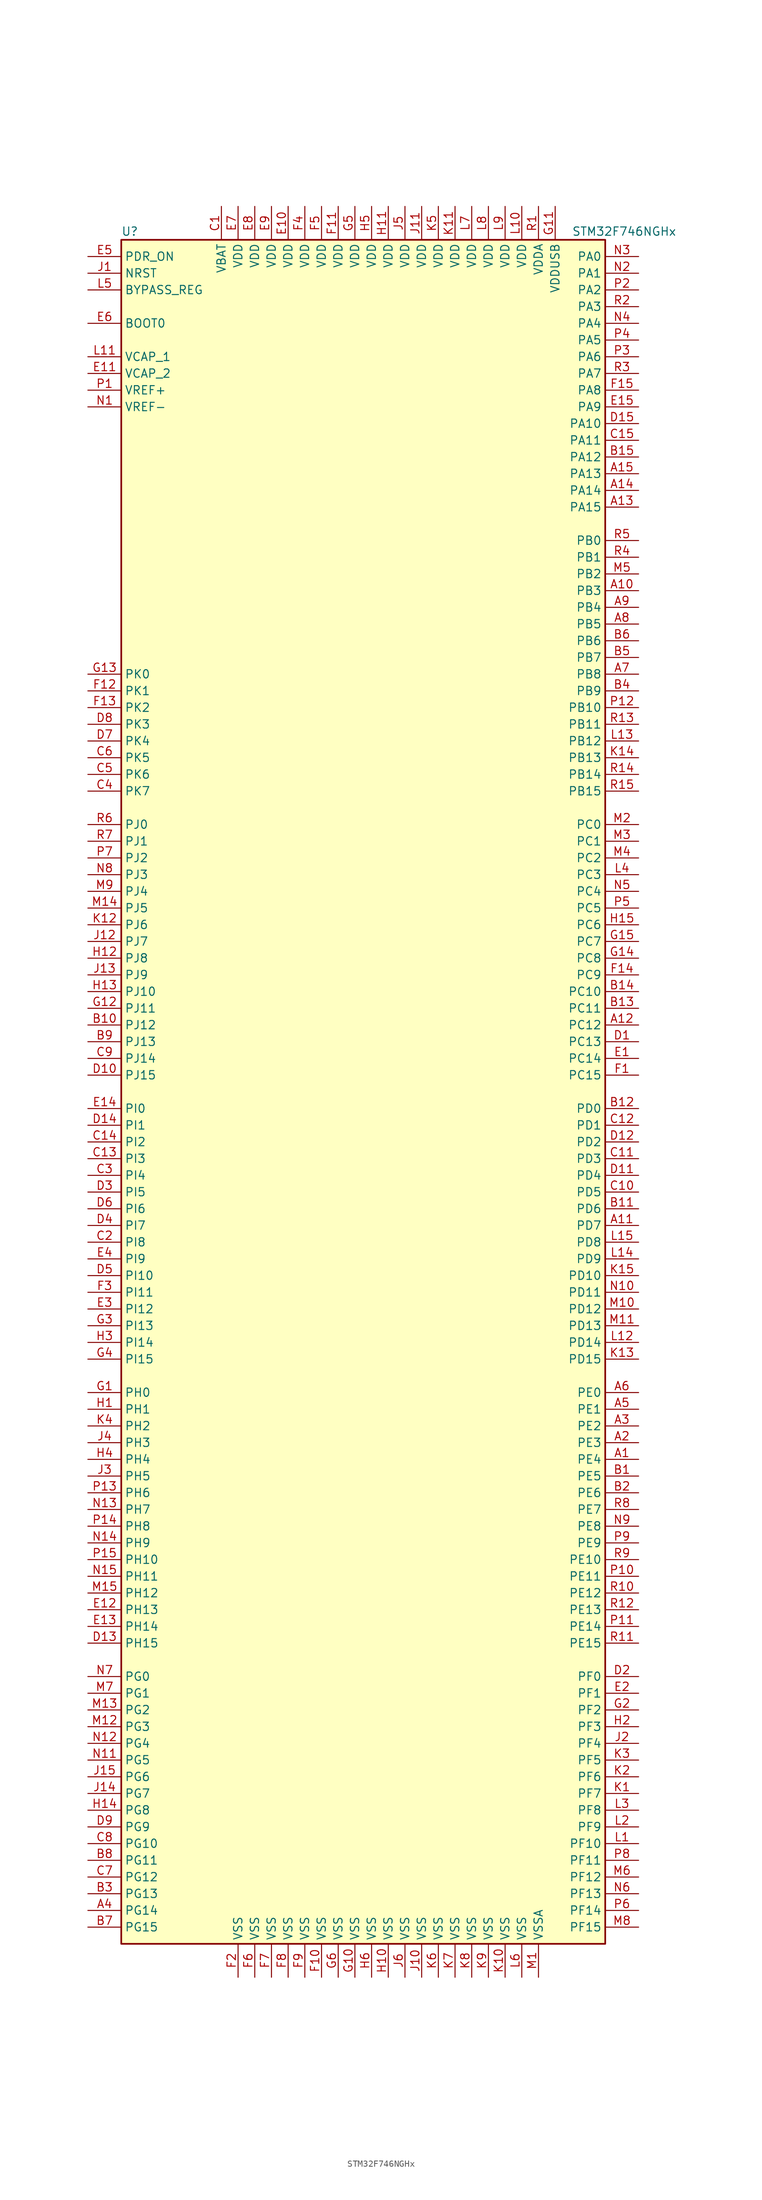
<source format=kicad_sym>
(kicad_symbol_lib
  (version 20220914)
  (generator kicad_symbol_editor)
  (symbol "STM32F746NGHx"
    (property "Reference" "U"
      (at -38.1 130.81 0)
      (effects (font (size 1.27 1.27)) (justify left)))
    (property "Value" "STM32F746NGHx"
      (at 30.48 130.81 0)
      (effects (font (size 1.27 1.27)) (justify left)))
    (symbol "STM32F746NGHx_0_1"
      (rectangle (start -38.1 -129.54) (end 35.56 129.54) (stroke (width 0.254) (type default)) (fill (type background))))
    (symbol "STM32F746NGHx_1_1"
      (pin bidirectional line (at 40.64 -55.88 180) (length 5.08) (name "PE4" (effects (font (size 1.27 1.27)))) (number "A1" (effects (font (size 1.27 1.27)))))
      (pin bidirectional line (at 40.64 76.2 180) (length 5.08) (name "PB3" (effects (font (size 1.27 1.27)))) (number "A10" (effects (font (size 1.27 1.27)))))
      (pin bidirectional line (at 40.64 -20.32 180) (length 5.08) (name "PD7" (effects (font (size 1.27 1.27)))) (number "A11" (effects (font (size 1.27 1.27)))))
      (pin bidirectional line (at 40.64 10.16 180) (length 5.08) (name "PC12" (effects (font (size 1.27 1.27)))) (number "A12" (effects (font (size 1.27 1.27)))))
      (pin bidirectional line (at 40.64 88.9 180) (length 5.08) (name "PA15" (effects (font (size 1.27 1.27)))) (number "A13" (effects (font (size 1.27 1.27)))))
      (pin bidirectional line (at 40.64 91.44 180) (length 5.08) (name "PA14" (effects (font (size 1.27 1.27)))) (number "A14" (effects (font (size 1.27 1.27)))))
      (pin bidirectional line (at 40.64 93.98 180) (length 5.08) (name "PA13" (effects (font (size 1.27 1.27)))) (number "A15" (effects (font (size 1.27 1.27)))))
      (pin bidirectional line (at 40.64 -53.34 180) (length 5.08) (name "PE3" (effects (font (size 1.27 1.27)))) (number "A2" (effects (font (size 1.27 1.27)))))
      (pin bidirectional line (at 40.64 -50.8 180) (length 5.08) (name "PE2" (effects (font (size 1.27 1.27)))) (number "A3" (effects (font (size 1.27 1.27)))))
      (pin bidirectional line (at -43.18 -124.46 0) (length 5.08) (name "PG14" (effects (font (size 1.27 1.27)))) (number "A4" (effects (font (size 1.27 1.27)))))
      (pin bidirectional line (at 40.64 -48.26 180) (length 5.08) (name "PE1" (effects (font (size 1.27 1.27)))) (number "A5" (effects (font (size 1.27 1.27)))))
      (pin bidirectional line (at 40.64 -45.72 180) (length 5.08) (name "PE0" (effects (font (size 1.27 1.27)))) (number "A6" (effects (font (size 1.27 1.27)))))
      (pin bidirectional line (at 40.64 63.5 180) (length 5.08) (name "PB8" (effects (font (size 1.27 1.27)))) (number "A7" (effects (font (size 1.27 1.27)))))
      (pin bidirectional line (at 40.64 71.12 180) (length 5.08) (name "PB5" (effects (font (size 1.27 1.27)))) (number "A8" (effects (font (size 1.27 1.27)))))
      (pin bidirectional line (at 40.64 73.66 180) (length 5.08) (name "PB4" (effects (font (size 1.27 1.27)))) (number "A9" (effects (font (size 1.27 1.27)))))
      (pin bidirectional line (at 40.64 -58.42 180) (length 5.08) (name "PE5" (effects (font (size 1.27 1.27)))) (number "B1" (effects (font (size 1.27 1.27)))))
      (pin bidirectional line (at -43.18 10.16 0) (length 5.08) (name "PJ12" (effects (font (size 1.27 1.27)))) (number "B10" (effects (font (size 1.27 1.27)))))
      (pin bidirectional line (at 40.64 -17.78 180) (length 5.08) (name "PD6" (effects (font (size 1.27 1.27)))) (number "B11" (effects (font (size 1.27 1.27)))))
      (pin bidirectional line (at 40.64 -2.54 180) (length 5.08) (name "PD0" (effects (font (size 1.27 1.27)))) (number "B12" (effects (font (size 1.27 1.27)))))
      (pin bidirectional line (at 40.64 12.7 180) (length 5.08) (name "PC11" (effects (font (size 1.27 1.27)))) (number "B13" (effects (font (size 1.27 1.27)))))
      (pin bidirectional line (at 40.64 15.24 180) (length 5.08) (name "PC10" (effects (font (size 1.27 1.27)))) (number "B14" (effects (font (size 1.27 1.27)))))
      (pin bidirectional line (at 40.64 96.52 180) (length 5.08) (name "PA12" (effects (font (size 1.27 1.27)))) (number "B15" (effects (font (size 1.27 1.27)))))
      (pin bidirectional line (at 40.64 -60.96 180) (length 5.08) (name "PE6" (effects (font (size 1.27 1.27)))) (number "B2" (effects (font (size 1.27 1.27)))))
      (pin bidirectional line (at -43.18 -121.92 0) (length 5.08) (name "PG13" (effects (font (size 1.27 1.27)))) (number "B3" (effects (font (size 1.27 1.27)))))
      (pin bidirectional line (at 40.64 60.96 180) (length 5.08) (name "PB9" (effects (font (size 1.27 1.27)))) (number "B4" (effects (font (size 1.27 1.27)))))
      (pin bidirectional line (at 40.64 66.04 180) (length 5.08) (name "PB7" (effects (font (size 1.27 1.27)))) (number "B5" (effects (font (size 1.27 1.27)))))
      (pin bidirectional line (at 40.64 68.58 180) (length 5.08) (name "PB6" (effects (font (size 1.27 1.27)))) (number "B6" (effects (font (size 1.27 1.27)))))
      (pin bidirectional line (at -43.18 -127 0) (length 5.08) (name "PG15" (effects (font (size 1.27 1.27)))) (number "B7" (effects (font (size 1.27 1.27)))))
      (pin bidirectional line (at -43.18 -116.84 0) (length 5.08) (name "PG11" (effects (font (size 1.27 1.27)))) (number "B8" (effects (font (size 1.27 1.27)))))
      (pin bidirectional line (at -43.18 7.62 0) (length 5.08) (name "PJ13" (effects (font (size 1.27 1.27)))) (number "B9" (effects (font (size 1.27 1.27)))))
      (pin power_in line (at -22.86 134.62 270) (length 5.08) (name "VBAT" (effects (font (size 1.27 1.27)))) (number "C1" (effects (font (size 1.27 1.27)))))
      (pin bidirectional line (at 40.64 -15.24 180) (length 5.08) (name "PD5" (effects (font (size 1.27 1.27)))) (number "C10" (effects (font (size 1.27 1.27)))))
      (pin bidirectional line (at 40.64 -10.16 180) (length 5.08) (name "PD3" (effects (font (size 1.27 1.27)))) (number "C11" (effects (font (size 1.27 1.27)))))
      (pin bidirectional line (at 40.64 -5.08 180) (length 5.08) (name "PD1" (effects (font (size 1.27 1.27)))) (number "C12" (effects (font (size 1.27 1.27)))))
      (pin bidirectional line (at -43.18 -10.16 0) (length 5.08) (name "PI3" (effects (font (size 1.27 1.27)))) (number "C13" (effects (font (size 1.27 1.27)))))
      (pin bidirectional line (at -43.18 -7.62 0) (length 5.08) (name "PI2" (effects (font (size 1.27 1.27)))) (number "C14" (effects (font (size 1.27 1.27)))))
      (pin bidirectional line (at 40.64 99.06 180) (length 5.08) (name "PA11" (effects (font (size 1.27 1.27)))) (number "C15" (effects (font (size 1.27 1.27)))))
      (pin bidirectional line (at -43.18 -22.86 0) (length 5.08) (name "PI8" (effects (font (size 1.27 1.27)))) (number "C2" (effects (font (size 1.27 1.27)))))
      (pin bidirectional line (at -43.18 -12.7 0) (length 5.08) (name "PI4" (effects (font (size 1.27 1.27)))) (number "C3" (effects (font (size 1.27 1.27)))))
      (pin bidirectional line (at -43.18 45.72 0) (length 5.08) (name "PK7" (effects (font (size 1.27 1.27)))) (number "C4" (effects (font (size 1.27 1.27)))))
      (pin bidirectional line (at -43.18 48.26 0) (length 5.08) (name "PK6" (effects (font (size 1.27 1.27)))) (number "C5" (effects (font (size 1.27 1.27)))))
      (pin bidirectional line (at -43.18 50.8 0) (length 5.08) (name "PK5" (effects (font (size 1.27 1.27)))) (number "C6" (effects (font (size 1.27 1.27)))))
      (pin bidirectional line (at -43.18 -119.38 0) (length 5.08) (name "PG12" (effects (font (size 1.27 1.27)))) (number "C7" (effects (font (size 1.27 1.27)))))
      (pin bidirectional line (at -43.18 -114.3 0) (length 5.08) (name "PG10" (effects (font (size 1.27 1.27)))) (number "C8" (effects (font (size 1.27 1.27)))))
      (pin bidirectional line (at -43.18 5.08 0) (length 5.08) (name "PJ14" (effects (font (size 1.27 1.27)))) (number "C9" (effects (font (size 1.27 1.27)))))
      (pin bidirectional line (at 40.64 7.62 180) (length 5.08) (name "PC13" (effects (font (size 1.27 1.27)))) (number "D1" (effects (font (size 1.27 1.27)))))
      (pin bidirectional line (at -43.18 2.54 0) (length 5.08) (name "PJ15" (effects (font (size 1.27 1.27)))) (number "D10" (effects (font (size 1.27 1.27)))))
      (pin bidirectional line (at 40.64 -12.7 180) (length 5.08) (name "PD4" (effects (font (size 1.27 1.27)))) (number "D11" (effects (font (size 1.27 1.27)))))
      (pin bidirectional line (at 40.64 -7.62 180) (length 5.08) (name "PD2" (effects (font (size 1.27 1.27)))) (number "D12" (effects (font (size 1.27 1.27)))))
      (pin bidirectional line (at -43.18 -83.82 0) (length 5.08) (name "PH15" (effects (font (size 1.27 1.27)))) (number "D13" (effects (font (size 1.27 1.27)))))
      (pin bidirectional line (at -43.18 -5.08 0) (length 5.08) (name "PI1" (effects (font (size 1.27 1.27)))) (number "D14" (effects (font (size 1.27 1.27)))))
      (pin bidirectional line (at 40.64 101.6 180) (length 5.08) (name "PA10" (effects (font (size 1.27 1.27)))) (number "D15" (effects (font (size 1.27 1.27)))))
      (pin bidirectional line (at 40.64 -88.9 180) (length 5.08) (name "PF0" (effects (font (size 1.27 1.27)))) (number "D2" (effects (font (size 1.27 1.27)))))
      (pin bidirectional line (at -43.18 -15.24 0) (length 5.08) (name "PI5" (effects (font (size 1.27 1.27)))) (number "D3" (effects (font (size 1.27 1.27)))))
      (pin bidirectional line (at -43.18 -20.32 0) (length 5.08) (name "PI7" (effects (font (size 1.27 1.27)))) (number "D4" (effects (font (size 1.27 1.27)))))
      (pin bidirectional line (at -43.18 -27.94 0) (length 5.08) (name "PI10" (effects (font (size 1.27 1.27)))) (number "D5" (effects (font (size 1.27 1.27)))))
      (pin bidirectional line (at -43.18 -17.78 0) (length 5.08) (name "PI6" (effects (font (size 1.27 1.27)))) (number "D6" (effects (font (size 1.27 1.27)))))
      (pin bidirectional line (at -43.18 53.34 0) (length 5.08) (name "PK4" (effects (font (size 1.27 1.27)))) (number "D7" (effects (font (size 1.27 1.27)))))
      (pin bidirectional line (at -43.18 55.88 0) (length 5.08) (name "PK3" (effects (font (size 1.27 1.27)))) (number "D8" (effects (font (size 1.27 1.27)))))
      (pin bidirectional line (at -43.18 -111.76 0) (length 5.08) (name "PG9" (effects (font (size 1.27 1.27)))) (number "D9" (effects (font (size 1.27 1.27)))))
      (pin bidirectional line (at 40.64 5.08 180) (length 5.08) (name "PC14" (effects (font (size 1.27 1.27)))) (number "E1" (effects (font (size 1.27 1.27)))))
      (pin power_in line (at -12.7 134.62 270) (length 5.08) (name "VDD" (effects (font (size 1.27 1.27)))) (number "E10" (effects (font (size 1.27 1.27)))))
      (pin power_in line (at -43.18 109.22 0) (length 5.08) (name "VCAP_2" (effects (font (size 1.27 1.27)))) (number "E11" (effects (font (size 1.27 1.27)))))
      (pin bidirectional line (at -43.18 -78.74 0) (length 5.08) (name "PH13" (effects (font (size 1.27 1.27)))) (number "E12" (effects (font (size 1.27 1.27)))))
      (pin bidirectional line (at -43.18 -81.28 0) (length 5.08) (name "PH14" (effects (font (size 1.27 1.27)))) (number "E13" (effects (font (size 1.27 1.27)))))
      (pin bidirectional line (at -43.18 -2.54 0) (length 5.08) (name "PI0" (effects (font (size 1.27 1.27)))) (number "E14" (effects (font (size 1.27 1.27)))))
      (pin bidirectional line (at 40.64 104.14 180) (length 5.08) (name "PA9" (effects (font (size 1.27 1.27)))) (number "E15" (effects (font (size 1.27 1.27)))))
      (pin bidirectional line (at 40.64 -91.44 180) (length 5.08) (name "PF1" (effects (font (size 1.27 1.27)))) (number "E2" (effects (font (size 1.27 1.27)))))
      (pin bidirectional line (at -43.18 -33.02 0) (length 5.08) (name "PI12" (effects (font (size 1.27 1.27)))) (number "E3" (effects (font (size 1.27 1.27)))))
      (pin bidirectional line (at -43.18 -25.4 0) (length 5.08) (name "PI9" (effects (font (size 1.27 1.27)))) (number "E4" (effects (font (size 1.27 1.27)))))
      (pin input line (at -43.18 127 0) (length 5.08) (name "PDR_ON" (effects (font (size 1.27 1.27)))) (number "E5" (effects (font (size 1.27 1.27)))))
      (pin input line (at -43.18 116.84 0) (length 5.08) (name "BOOT0" (effects (font (size 1.27 1.27)))) (number "E6" (effects (font (size 1.27 1.27)))))
      (pin power_in line (at -20.32 134.62 270) (length 5.08) (name "VDD" (effects (font (size 1.27 1.27)))) (number "E7" (effects (font (size 1.27 1.27)))))
      (pin power_in line (at -17.78 134.62 270) (length 5.08) (name "VDD" (effects (font (size 1.27 1.27)))) (number "E8" (effects (font (size 1.27 1.27)))))
      (pin power_in line (at -15.24 134.62 270) (length 5.08) (name "VDD" (effects (font (size 1.27 1.27)))) (number "E9" (effects (font (size 1.27 1.27)))))
      (pin bidirectional line (at 40.64 2.54 180) (length 5.08) (name "PC15" (effects (font (size 1.27 1.27)))) (number "F1" (effects (font (size 1.27 1.27)))))
      (pin power_in line (at -7.62 -134.62 90) (length 5.08) (name "VSS" (effects (font (size 1.27 1.27)))) (number "F10" (effects (font (size 1.27 1.27)))))
      (pin power_in line (at -5.08 134.62 270) (length 5.08) (name "VDD" (effects (font (size 1.27 1.27)))) (number "F11" (effects (font (size 1.27 1.27)))))
      (pin bidirectional line (at -43.18 60.96 0) (length 5.08) (name "PK1" (effects (font (size 1.27 1.27)))) (number "F12" (effects (font (size 1.27 1.27)))))
      (pin bidirectional line (at -43.18 58.42 0) (length 5.08) (name "PK2" (effects (font (size 1.27 1.27)))) (number "F13" (effects (font (size 1.27 1.27)))))
      (pin bidirectional line (at 40.64 17.78 180) (length 5.08) (name "PC9" (effects (font (size 1.27 1.27)))) (number "F14" (effects (font (size 1.27 1.27)))))
      (pin bidirectional line (at 40.64 106.68 180) (length 5.08) (name "PA8" (effects (font (size 1.27 1.27)))) (number "F15" (effects (font (size 1.27 1.27)))))
      (pin power_in line (at -20.32 -134.62 90) (length 5.08) (name "VSS" (effects (font (size 1.27 1.27)))) (number "F2" (effects (font (size 1.27 1.27)))))
      (pin bidirectional line (at -43.18 -30.48 0) (length 5.08) (name "PI11" (effects (font (size 1.27 1.27)))) (number "F3" (effects (font (size 1.27 1.27)))))
      (pin power_in line (at -10.16 134.62 270) (length 5.08) (name "VDD" (effects (font (size 1.27 1.27)))) (number "F4" (effects (font (size 1.27 1.27)))))
      (pin power_in line (at -7.62 134.62 270) (length 5.08) (name "VDD" (effects (font (size 1.27 1.27)))) (number "F5" (effects (font (size 1.27 1.27)))))
      (pin power_in line (at -17.78 -134.62 90) (length 5.08) (name "VSS" (effects (font (size 1.27 1.27)))) (number "F6" (effects (font (size 1.27 1.27)))))
      (pin power_in line (at -15.24 -134.62 90) (length 5.08) (name "VSS" (effects (font (size 1.27 1.27)))) (number "F7" (effects (font (size 1.27 1.27)))))
      (pin power_in line (at -12.7 -134.62 90) (length 5.08) (name "VSS" (effects (font (size 1.27 1.27)))) (number "F8" (effects (font (size 1.27 1.27)))))
      (pin power_in line (at -10.16 -134.62 90) (length 5.08) (name "VSS" (effects (font (size 1.27 1.27)))) (number "F9" (effects (font (size 1.27 1.27)))))
      (pin input line (at -43.18 -45.72 0) (length 5.08) (name "PH0" (effects (font (size 1.27 1.27)))) (number "G1" (effects (font (size 1.27 1.27)))))
      (pin power_in line (at -2.54 -134.62 90) (length 5.08) (name "VSS" (effects (font (size 1.27 1.27)))) (number "G10" (effects (font (size 1.27 1.27)))))
      (pin power_in line (at 27.94 134.62 270) (length 5.08) (name "VDDUSB" (effects (font (size 1.27 1.27)))) (number "G11" (effects (font (size 1.27 1.27)))))
      (pin bidirectional line (at -43.18 12.7 0) (length 5.08) (name "PJ11" (effects (font (size 1.27 1.27)))) (number "G12" (effects (font (size 1.27 1.27)))))
      (pin bidirectional line (at -43.18 63.5 0) (length 5.08) (name "PK0" (effects (font (size 1.27 1.27)))) (number "G13" (effects (font (size 1.27 1.27)))))
      (pin bidirectional line (at 40.64 20.32 180) (length 5.08) (name "PC8" (effects (font (size 1.27 1.27)))) (number "G14" (effects (font (size 1.27 1.27)))))
      (pin bidirectional line (at 40.64 22.86 180) (length 5.08) (name "PC7" (effects (font (size 1.27 1.27)))) (number "G15" (effects (font (size 1.27 1.27)))))
      (pin bidirectional line (at 40.64 -93.98 180) (length 5.08) (name "PF2" (effects (font (size 1.27 1.27)))) (number "G2" (effects (font (size 1.27 1.27)))))
      (pin bidirectional line (at -43.18 -35.56 0) (length 5.08) (name "PI13" (effects (font (size 1.27 1.27)))) (number "G3" (effects (font (size 1.27 1.27)))))
      (pin bidirectional line (at -43.18 -40.64 0) (length 5.08) (name "PI15" (effects (font (size 1.27 1.27)))) (number "G4" (effects (font (size 1.27 1.27)))))
      (pin power_in line (at -2.54 134.62 270) (length 5.08) (name "VDD" (effects (font (size 1.27 1.27)))) (number "G5" (effects (font (size 1.27 1.27)))))
      (pin power_in line (at -5.08 -134.62 90) (length 5.08) (name "VSS" (effects (font (size 1.27 1.27)))) (number "G6" (effects (font (size 1.27 1.27)))))
      (pin input line (at -43.18 -48.26 0) (length 5.08) (name "PH1" (effects (font (size 1.27 1.27)))) (number "H1" (effects (font (size 1.27 1.27)))))
      (pin power_in line (at 2.54 -134.62 90) (length 5.08) (name "VSS" (effects (font (size 1.27 1.27)))) (number "H10" (effects (font (size 1.27 1.27)))))
      (pin power_in line (at 2.54 134.62 270) (length 5.08) (name "VDD" (effects (font (size 1.27 1.27)))) (number "H11" (effects (font (size 1.27 1.27)))))
      (pin bidirectional line (at -43.18 20.32 0) (length 5.08) (name "PJ8" (effects (font (size 1.27 1.27)))) (number "H12" (effects (font (size 1.27 1.27)))))
      (pin bidirectional line (at -43.18 15.24 0) (length 5.08) (name "PJ10" (effects (font (size 1.27 1.27)))) (number "H13" (effects (font (size 1.27 1.27)))))
      (pin bidirectional line (at -43.18 -109.22 0) (length 5.08) (name "PG8" (effects (font (size 1.27 1.27)))) (number "H14" (effects (font (size 1.27 1.27)))))
      (pin bidirectional line (at 40.64 25.4 180) (length 5.08) (name "PC6" (effects (font (size 1.27 1.27)))) (number "H15" (effects (font (size 1.27 1.27)))))
      (pin bidirectional line (at 40.64 -96.52 180) (length 5.08) (name "PF3" (effects (font (size 1.27 1.27)))) (number "H2" (effects (font (size 1.27 1.27)))))
      (pin bidirectional line (at -43.18 -38.1 0) (length 5.08) (name "PI14" (effects (font (size 1.27 1.27)))) (number "H3" (effects (font (size 1.27 1.27)))))
      (pin bidirectional line (at -43.18 -55.88 0) (length 5.08) (name "PH4" (effects (font (size 1.27 1.27)))) (number "H4" (effects (font (size 1.27 1.27)))))
      (pin power_in line (at 0 134.62 270) (length 5.08) (name "VDD" (effects (font (size 1.27 1.27)))) (number "H5" (effects (font (size 1.27 1.27)))))
      (pin power_in line (at 0 -134.62 90) (length 5.08) (name "VSS" (effects (font (size 1.27 1.27)))) (number "H6" (effects (font (size 1.27 1.27)))))
      (pin input line (at -43.18 124.46 0) (length 5.08) (name "NRST" (effects (font (size 1.27 1.27)))) (number "J1" (effects (font (size 1.27 1.27)))))
      (pin power_in line (at 7.62 -134.62 90) (length 5.08) (name "VSS" (effects (font (size 1.27 1.27)))) (number "J10" (effects (font (size 1.27 1.27)))))
      (pin power_in line (at 7.62 134.62 270) (length 5.08) (name "VDD" (effects (font (size 1.27 1.27)))) (number "J11" (effects (font (size 1.27 1.27)))))
      (pin bidirectional line (at -43.18 22.86 0) (length 5.08) (name "PJ7" (effects (font (size 1.27 1.27)))) (number "J12" (effects (font (size 1.27 1.27)))))
      (pin bidirectional line (at -43.18 17.78 0) (length 5.08) (name "PJ9" (effects (font (size 1.27 1.27)))) (number "J13" (effects (font (size 1.27 1.27)))))
      (pin bidirectional line (at -43.18 -106.68 0) (length 5.08) (name "PG7" (effects (font (size 1.27 1.27)))) (number "J14" (effects (font (size 1.27 1.27)))))
      (pin bidirectional line (at -43.18 -104.14 0) (length 5.08) (name "PG6" (effects (font (size 1.27 1.27)))) (number "J15" (effects (font (size 1.27 1.27)))))
      (pin bidirectional line (at 40.64 -99.06 180) (length 5.08) (name "PF4" (effects (font (size 1.27 1.27)))) (number "J2" (effects (font (size 1.27 1.27)))))
      (pin bidirectional line (at -43.18 -58.42 0) (length 5.08) (name "PH5" (effects (font (size 1.27 1.27)))) (number "J3" (effects (font (size 1.27 1.27)))))
      (pin bidirectional line (at -43.18 -53.34 0) (length 5.08) (name "PH3" (effects (font (size 1.27 1.27)))) (number "J4" (effects (font (size 1.27 1.27)))))
      (pin power_in line (at 5.08 134.62 270) (length 5.08) (name "VDD" (effects (font (size 1.27 1.27)))) (number "J5" (effects (font (size 1.27 1.27)))))
      (pin power_in line (at 5.08 -134.62 90) (length 5.08) (name "VSS" (effects (font (size 1.27 1.27)))) (number "J6" (effects (font (size 1.27 1.27)))))
      (pin bidirectional line (at 40.64 -106.68 180) (length 5.08) (name "PF7" (effects (font (size 1.27 1.27)))) (number "K1" (effects (font (size 1.27 1.27)))))
      (pin power_in line (at 20.32 -134.62 90) (length 5.08) (name "VSS" (effects (font (size 1.27 1.27)))) (number "K10" (effects (font (size 1.27 1.27)))))
      (pin power_in line (at 12.7 134.62 270) (length 5.08) (name "VDD" (effects (font (size 1.27 1.27)))) (number "K11" (effects (font (size 1.27 1.27)))))
      (pin bidirectional line (at -43.18 25.4 0) (length 5.08) (name "PJ6" (effects (font (size 1.27 1.27)))) (number "K12" (effects (font (size 1.27 1.27)))))
      (pin bidirectional line (at 40.64 -40.64 180) (length 5.08) (name "PD15" (effects (font (size 1.27 1.27)))) (number "K13" (effects (font (size 1.27 1.27)))))
      (pin bidirectional line (at 40.64 50.8 180) (length 5.08) (name "PB13" (effects (font (size 1.27 1.27)))) (number "K14" (effects (font (size 1.27 1.27)))))
      (pin bidirectional line (at 40.64 -27.94 180) (length 5.08) (name "PD10" (effects (font (size 1.27 1.27)))) (number "K15" (effects (font (size 1.27 1.27)))))
      (pin bidirectional line (at 40.64 -104.14 180) (length 5.08) (name "PF6" (effects (font (size 1.27 1.27)))) (number "K2" (effects (font (size 1.27 1.27)))))
      (pin bidirectional line (at 40.64 -101.6 180) (length 5.08) (name "PF5" (effects (font (size 1.27 1.27)))) (number "K3" (effects (font (size 1.27 1.27)))))
      (pin bidirectional line (at -43.18 -50.8 0) (length 5.08) (name "PH2" (effects (font (size 1.27 1.27)))) (number "K4" (effects (font (size 1.27 1.27)))))
      (pin power_in line (at 10.16 134.62 270) (length 5.08) (name "VDD" (effects (font (size 1.27 1.27)))) (number "K5" (effects (font (size 1.27 1.27)))))
      (pin power_in line (at 10.16 -134.62 90) (length 5.08) (name "VSS" (effects (font (size 1.27 1.27)))) (number "K6" (effects (font (size 1.27 1.27)))))
      (pin power_in line (at 12.7 -134.62 90) (length 5.08) (name "VSS" (effects (font (size 1.27 1.27)))) (number "K7" (effects (font (size 1.27 1.27)))))
      (pin power_in line (at 15.24 -134.62 90) (length 5.08) (name "VSS" (effects (font (size 1.27 1.27)))) (number "K8" (effects (font (size 1.27 1.27)))))
      (pin power_in line (at 17.78 -134.62 90) (length 5.08) (name "VSS" (effects (font (size 1.27 1.27)))) (number "K9" (effects (font (size 1.27 1.27)))))
      (pin bidirectional line (at 40.64 -114.3 180) (length 5.08) (name "PF10" (effects (font (size 1.27 1.27)))) (number "L1" (effects (font (size 1.27 1.27)))))
      (pin power_in line (at 22.86 134.62 270) (length 5.08) (name "VDD" (effects (font (size 1.27 1.27)))) (number "L10" (effects (font (size 1.27 1.27)))))
      (pin power_in line (at -43.18 111.76 0) (length 5.08) (name "VCAP_1" (effects (font (size 1.27 1.27)))) (number "L11" (effects (font (size 1.27 1.27)))))
      (pin bidirectional line (at 40.64 -38.1 180) (length 5.08) (name "PD14" (effects (font (size 1.27 1.27)))) (number "L12" (effects (font (size 1.27 1.27)))))
      (pin bidirectional line (at 40.64 53.34 180) (length 5.08) (name "PB12" (effects (font (size 1.27 1.27)))) (number "L13" (effects (font (size 1.27 1.27)))))
      (pin bidirectional line (at 40.64 -25.4 180) (length 5.08) (name "PD9" (effects (font (size 1.27 1.27)))) (number "L14" (effects (font (size 1.27 1.27)))))
      (pin bidirectional line (at 40.64 -22.86 180) (length 5.08) (name "PD8" (effects (font (size 1.27 1.27)))) (number "L15" (effects (font (size 1.27 1.27)))))
      (pin bidirectional line (at 40.64 -111.76 180) (length 5.08) (name "PF9" (effects (font (size 1.27 1.27)))) (number "L2" (effects (font (size 1.27 1.27)))))
      (pin bidirectional line (at 40.64 -109.22 180) (length 5.08) (name "PF8" (effects (font (size 1.27 1.27)))) (number "L3" (effects (font (size 1.27 1.27)))))
      (pin bidirectional line (at 40.64 33.02 180) (length 5.08) (name "PC3" (effects (font (size 1.27 1.27)))) (number "L4" (effects (font (size 1.27 1.27)))))
      (pin input line (at -43.18 121.92 0) (length 5.08) (name "BYPASS_REG" (effects (font (size 1.27 1.27)))) (number "L5" (effects (font (size 1.27 1.27)))))
      (pin power_in line (at 22.86 -134.62 90) (length 5.08) (name "VSS" (effects (font (size 1.27 1.27)))) (number "L6" (effects (font (size 1.27 1.27)))))
      (pin power_in line (at 15.24 134.62 270) (length 5.08) (name "VDD" (effects (font (size 1.27 1.27)))) (number "L7" (effects (font (size 1.27 1.27)))))
      (pin power_in line (at 17.78 134.62 270) (length 5.08) (name "VDD" (effects (font (size 1.27 1.27)))) (number "L8" (effects (font (size 1.27 1.27)))))
      (pin power_in line (at 20.32 134.62 270) (length 5.08) (name "VDD" (effects (font (size 1.27 1.27)))) (number "L9" (effects (font (size 1.27 1.27)))))
      (pin power_in line (at 25.4 -134.62 90) (length 5.08) (name "VSSA" (effects (font (size 1.27 1.27)))) (number "M1" (effects (font (size 1.27 1.27)))))
      (pin bidirectional line (at 40.64 -33.02 180) (length 5.08) (name "PD12" (effects (font (size 1.27 1.27)))) (number "M10" (effects (font (size 1.27 1.27)))))
      (pin bidirectional line (at 40.64 -35.56 180) (length 5.08) (name "PD13" (effects (font (size 1.27 1.27)))) (number "M11" (effects (font (size 1.27 1.27)))))
      (pin bidirectional line (at -43.18 -96.52 0) (length 5.08) (name "PG3" (effects (font (size 1.27 1.27)))) (number "M12" (effects (font (size 1.27 1.27)))))
      (pin bidirectional line (at -43.18 -93.98 0) (length 5.08) (name "PG2" (effects (font (size 1.27 1.27)))) (number "M13" (effects (font (size 1.27 1.27)))))
      (pin bidirectional line (at -43.18 27.94 0) (length 5.08) (name "PJ5" (effects (font (size 1.27 1.27)))) (number "M14" (effects (font (size 1.27 1.27)))))
      (pin bidirectional line (at -43.18 -76.2 0) (length 5.08) (name "PH12" (effects (font (size 1.27 1.27)))) (number "M15" (effects (font (size 1.27 1.27)))))
      (pin bidirectional line (at 40.64 40.64 180) (length 5.08) (name "PC0" (effects (font (size 1.27 1.27)))) (number "M2" (effects (font (size 1.27 1.27)))))
      (pin bidirectional line (at 40.64 38.1 180) (length 5.08) (name "PC1" (effects (font (size 1.27 1.27)))) (number "M3" (effects (font (size 1.27 1.27)))))
      (pin bidirectional line (at 40.64 35.56 180) (length 5.08) (name "PC2" (effects (font (size 1.27 1.27)))) (number "M4" (effects (font (size 1.27 1.27)))))
      (pin bidirectional line (at 40.64 78.74 180) (length 5.08) (name "PB2" (effects (font (size 1.27 1.27)))) (number "M5" (effects (font (size 1.27 1.27)))))
      (pin bidirectional line (at 40.64 -119.38 180) (length 5.08) (name "PF12" (effects (font (size 1.27 1.27)))) (number "M6" (effects (font (size 1.27 1.27)))))
      (pin bidirectional line (at -43.18 -91.44 0) (length 5.08) (name "PG1" (effects (font (size 1.27 1.27)))) (number "M7" (effects (font (size 1.27 1.27)))))
      (pin bidirectional line (at 40.64 -127 180) (length 5.08) (name "PF15" (effects (font (size 1.27 1.27)))) (number "M8" (effects (font (size 1.27 1.27)))))
      (pin bidirectional line (at -43.18 30.48 0) (length 5.08) (name "PJ4" (effects (font (size 1.27 1.27)))) (number "M9" (effects (font (size 1.27 1.27)))))
      (pin power_in line (at -43.18 104.14 0) (length 5.08) (name "VREF-" (effects (font (size 1.27 1.27)))) (number "N1" (effects (font (size 1.27 1.27)))))
      (pin bidirectional line (at 40.64 -30.48 180) (length 5.08) (name "PD11" (effects (font (size 1.27 1.27)))) (number "N10" (effects (font (size 1.27 1.27)))))
      (pin bidirectional line (at -43.18 -101.6 0) (length 5.08) (name "PG5" (effects (font (size 1.27 1.27)))) (number "N11" (effects (font (size 1.27 1.27)))))
      (pin bidirectional line (at -43.18 -99.06 0) (length 5.08) (name "PG4" (effects (font (size 1.27 1.27)))) (number "N12" (effects (font (size 1.27 1.27)))))
      (pin bidirectional line (at -43.18 -63.5 0) (length 5.08) (name "PH7" (effects (font (size 1.27 1.27)))) (number "N13" (effects (font (size 1.27 1.27)))))
      (pin bidirectional line (at -43.18 -68.58 0) (length 5.08) (name "PH9" (effects (font (size 1.27 1.27)))) (number "N14" (effects (font (size 1.27 1.27)))))
      (pin bidirectional line (at -43.18 -73.66 0) (length 5.08) (name "PH11" (effects (font (size 1.27 1.27)))) (number "N15" (effects (font (size 1.27 1.27)))))
      (pin bidirectional line (at 40.64 124.46 180) (length 5.08) (name "PA1" (effects (font (size 1.27 1.27)))) (number "N2" (effects (font (size 1.27 1.27)))))
      (pin bidirectional line (at 40.64 127 180) (length 5.08) (name "PA0" (effects (font (size 1.27 1.27)))) (number "N3" (effects (font (size 1.27 1.27)))))
      (pin bidirectional line (at 40.64 116.84 180) (length 5.08) (name "PA4" (effects (font (size 1.27 1.27)))) (number "N4" (effects (font (size 1.27 1.27)))))
      (pin bidirectional line (at 40.64 30.48 180) (length 5.08) (name "PC4" (effects (font (size 1.27 1.27)))) (number "N5" (effects (font (size 1.27 1.27)))))
      (pin bidirectional line (at 40.64 -121.92 180) (length 5.08) (name "PF13" (effects (font (size 1.27 1.27)))) (number "N6" (effects (font (size 1.27 1.27)))))
      (pin bidirectional line (at -43.18 -88.9 0) (length 5.08) (name "PG0" (effects (font (size 1.27 1.27)))) (number "N7" (effects (font (size 1.27 1.27)))))
      (pin bidirectional line (at -43.18 33.02 0) (length 5.08) (name "PJ3" (effects (font (size 1.27 1.27)))) (number "N8" (effects (font (size 1.27 1.27)))))
      (pin bidirectional line (at 40.64 -66.04 180) (length 5.08) (name "PE8" (effects (font (size 1.27 1.27)))) (number "N9" (effects (font (size 1.27 1.27)))))
      (pin power_in line (at -43.18 106.68 0) (length 5.08) (name "VREF+" (effects (font (size 1.27 1.27)))) (number "P1" (effects (font (size 1.27 1.27)))))
      (pin bidirectional line (at 40.64 -73.66 180) (length 5.08) (name "PE11" (effects (font (size 1.27 1.27)))) (number "P10" (effects (font (size 1.27 1.27)))))
      (pin bidirectional line (at 40.64 -81.28 180) (length 5.08) (name "PE14" (effects (font (size 1.27 1.27)))) (number "P11" (effects (font (size 1.27 1.27)))))
      (pin bidirectional line (at 40.64 58.42 180) (length 5.08) (name "PB10" (effects (font (size 1.27 1.27)))) (number "P12" (effects (font (size 1.27 1.27)))))
      (pin bidirectional line (at -43.18 -60.96 0) (length 5.08) (name "PH6" (effects (font (size 1.27 1.27)))) (number "P13" (effects (font (size 1.27 1.27)))))
      (pin bidirectional line (at -43.18 -66.04 0) (length 5.08) (name "PH8" (effects (font (size 1.27 1.27)))) (number "P14" (effects (font (size 1.27 1.27)))))
      (pin bidirectional line (at -43.18 -71.12 0) (length 5.08) (name "PH10" (effects (font (size 1.27 1.27)))) (number "P15" (effects (font (size 1.27 1.27)))))
      (pin bidirectional line (at 40.64 121.92 180) (length 5.08) (name "PA2" (effects (font (size 1.27 1.27)))) (number "P2" (effects (font (size 1.27 1.27)))))
      (pin bidirectional line (at 40.64 111.76 180) (length 5.08) (name "PA6" (effects (font (size 1.27 1.27)))) (number "P3" (effects (font (size 1.27 1.27)))))
      (pin bidirectional line (at 40.64 114.3 180) (length 5.08) (name "PA5" (effects (font (size 1.27 1.27)))) (number "P4" (effects (font (size 1.27 1.27)))))
      (pin bidirectional line (at 40.64 27.94 180) (length 5.08) (name "PC5" (effects (font (size 1.27 1.27)))) (number "P5" (effects (font (size 1.27 1.27)))))
      (pin bidirectional line (at 40.64 -124.46 180) (length 5.08) (name "PF14" (effects (font (size 1.27 1.27)))) (number "P6" (effects (font (size 1.27 1.27)))))
      (pin bidirectional line (at -43.18 35.56 0) (length 5.08) (name "PJ2" (effects (font (size 1.27 1.27)))) (number "P7" (effects (font (size 1.27 1.27)))))
      (pin bidirectional line (at 40.64 -116.84 180) (length 5.08) (name "PF11" (effects (font (size 1.27 1.27)))) (number "P8" (effects (font (size 1.27 1.27)))))
      (pin bidirectional line (at 40.64 -68.58 180) (length 5.08) (name "PE9" (effects (font (size 1.27 1.27)))) (number "P9" (effects (font (size 1.27 1.27)))))
      (pin power_in line (at 25.4 134.62 270) (length 5.08) (name "VDDA" (effects (font (size 1.27 1.27)))) (number "R1" (effects (font (size 1.27 1.27)))))
      (pin bidirectional line (at 40.64 -76.2 180) (length 5.08) (name "PE12" (effects (font (size 1.27 1.27)))) (number "R10" (effects (font (size 1.27 1.27)))))
      (pin bidirectional line (at 40.64 -83.82 180) (length 5.08) (name "PE15" (effects (font (size 1.27 1.27)))) (number "R11" (effects (font (size 1.27 1.27)))))
      (pin bidirectional line (at 40.64 -78.74 180) (length 5.08) (name "PE13" (effects (font (size 1.27 1.27)))) (number "R12" (effects (font (size 1.27 1.27)))))
      (pin bidirectional line (at 40.64 55.88 180) (length 5.08) (name "PB11" (effects (font (size 1.27 1.27)))) (number "R13" (effects (font (size 1.27 1.27)))))
      (pin bidirectional line (at 40.64 48.26 180) (length 5.08) (name "PB14" (effects (font (size 1.27 1.27)))) (number "R14" (effects (font (size 1.27 1.27)))))
      (pin bidirectional line (at 40.64 45.72 180) (length 5.08) (name "PB15" (effects (font (size 1.27 1.27)))) (number "R15" (effects (font (size 1.27 1.27)))))
      (pin bidirectional line (at 40.64 119.38 180) (length 5.08) (name "PA3" (effects (font (size 1.27 1.27)))) (number "R2" (effects (font (size 1.27 1.27)))))
      (pin bidirectional line (at 40.64 109.22 180) (length 5.08) (name "PA7" (effects (font (size 1.27 1.27)))) (number "R3" (effects (font (size 1.27 1.27)))))
      (pin bidirectional line (at 40.64 81.28 180) (length 5.08) (name "PB1" (effects (font (size 1.27 1.27)))) (number "R4" (effects (font (size 1.27 1.27)))))
      (pin bidirectional line (at 40.64 83.82 180) (length 5.08) (name "PB0" (effects (font (size 1.27 1.27)))) (number "R5" (effects (font (size 1.27 1.27)))))
      (pin bidirectional line (at -43.18 40.64 0) (length 5.08) (name "PJ0" (effects (font (size 1.27 1.27)))) (number "R6" (effects (font (size 1.27 1.27)))))
      (pin bidirectional line (at -43.18 38.1 0) (length 5.08) (name "PJ1" (effects (font (size 1.27 1.27)))) (number "R7" (effects (font (size 1.27 1.27)))))
      (pin bidirectional line (at 40.64 -63.5 180) (length 5.08) (name "PE7" (effects (font (size 1.27 1.27)))) (number "R8" (effects (font (size 1.27 1.27)))))
      (pin bidirectional line (at 40.64 -71.12 180) (length 5.08) (name "PE10" (effects (font (size 1.27 1.27)))) (number "R9" (effects (font (size 1.27 1.27))))))))
</source>
